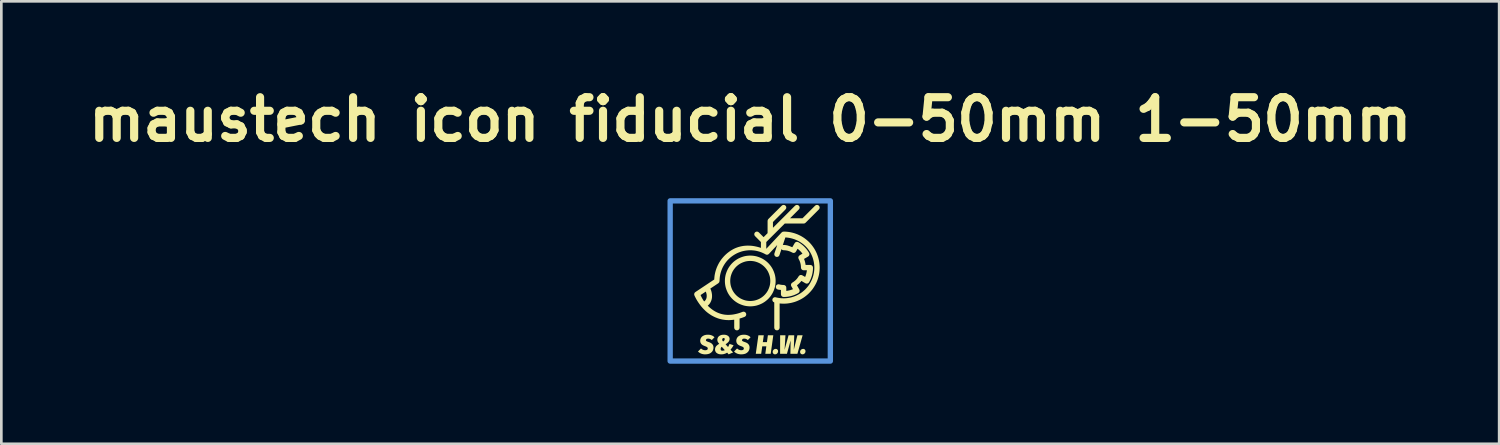
<source format=kicad_pcb>
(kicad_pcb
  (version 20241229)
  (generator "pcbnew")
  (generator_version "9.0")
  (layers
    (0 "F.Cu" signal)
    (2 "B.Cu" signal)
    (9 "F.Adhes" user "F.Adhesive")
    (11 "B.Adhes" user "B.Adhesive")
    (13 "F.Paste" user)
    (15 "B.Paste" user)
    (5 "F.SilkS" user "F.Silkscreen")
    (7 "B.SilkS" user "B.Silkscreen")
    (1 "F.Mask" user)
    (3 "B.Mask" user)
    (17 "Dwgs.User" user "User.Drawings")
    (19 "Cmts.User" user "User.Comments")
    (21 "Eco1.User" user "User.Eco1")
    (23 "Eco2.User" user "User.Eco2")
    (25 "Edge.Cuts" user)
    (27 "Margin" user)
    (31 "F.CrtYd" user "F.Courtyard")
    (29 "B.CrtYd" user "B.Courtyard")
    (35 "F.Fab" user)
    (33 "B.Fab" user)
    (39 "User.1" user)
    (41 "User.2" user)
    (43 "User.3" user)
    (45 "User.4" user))
  (footprint "maustech icon fiducial 0-50mm 1-50mm"
    (layer "F.Cu")
    (at 25.052 7.474)
    (property "Reference" "maustech icon fiducial 0-50mm 1-50mm" (at 0 -6.048 0) (layer "F.SilkS") (effects (font (size 1.524 1.524) (thickness 0.305))))
    (attr exclude_from_pos_files exclude_from_bom)
    (fp_poly (pts (xy 0.409 2.729) (xy 0.207 2.729) (xy 0.305 2.033) (xy 0.507 2.033) (xy 0.471 2.29) (xy 0.625 2.29) (xy 0.661 2.033) (xy 0.863 2.033) (xy 0.766 2.729) (xy 0.564 2.729) (xy 0.602 2.448) (xy 0.449 2.448) (xy 0.409 2.729)) (stroke (width 0) (type solid)) (fill yes) (layer "F.SilkS"))
    (fp_poly (pts (xy 1.962 2.033) (xy 1.766 2.729) (xy 1.503 2.729) (xy 1.512 2.229) (xy 1.374 2.729) (xy 1.118 2.729) (xy 1.119 2.033) (xy 1.319 2.033) (xy 1.286 2.58) (xy 1.435 2.033) (xy 1.647 2.033) (xy 1.631 2.58) (xy 1.766 2.033) (xy 1.962 2.033)) (stroke (width 0) (type solid)) (fill yes) (layer "F.SilkS"))
    (fp_poly (pts (xy 0.929 2.749) (xy 0.893 2.742) (xy 0.864 2.723) (xy 0.845 2.693) (xy 0.839 2.656) (xy 0.847 2.613) (xy 0.872 2.577) (xy 0.91 2.551) (xy 0.954 2.543) (xy 0.99 2.549) (xy 1.018 2.569) (xy 1.037 2.597) (xy 1.043 2.634) (xy 1.035 2.677) (xy 1.01 2.715) (xy 0.973 2.74) (xy 0.929 2.749)) (stroke (width 0) (type solid)) (fill yes) (layer "F.SilkS"))
    (fp_poly (pts (xy 1.956 2.749) (xy 1.92 2.742) (xy 1.891 2.723) (xy 1.872 2.693) (xy 1.866 2.656) (xy 1.874 2.613) (xy 1.899 2.577) (xy 1.937 2.551) (xy 1.981 2.543) (xy 2.017 2.549) (xy 2.045 2.569) (xy 2.064 2.597) (xy 2.07 2.634) (xy 2.062 2.677) (xy 2.037 2.715) (xy 2 2.74) (xy 1.956 2.749)) (stroke (width 0) (type solid)) (fill yes) (layer "F.SilkS"))
    (fp_poly (pts (xy -1.587 2.013) (xy -1.537 2.015) (xy -1.491 2.023) (xy -1.448 2.037) (xy -1.408 2.055) (xy -1.372 2.079) (xy -1.339 2.109) (xy -1.441 2.214) (xy -1.472 2.19) (xy -1.506 2.172) (xy -1.541 2.162) (xy -1.579 2.159) (xy -1.614 2.163) (xy -1.641 2.175) (xy -1.662 2.215) (xy -1.653 2.243) (xy -1.621 2.264) (xy -1.592 2.275) (xy -1.553 2.289) (xy -1.511 2.305) (xy -1.474 2.324) (xy -1.444 2.345) (xy -1.42 2.369) (xy -1.396 2.404) (xy -1.382 2.444) (xy -1.377 2.491) (xy -1.38 2.534) (xy -1.391 2.576) (xy -1.408 2.616) (xy -1.433 2.652) (xy -1.467 2.684) (xy -1.509 2.712) (xy -1.546 2.728) (xy -1.589 2.739) (xy -1.636 2.746) (xy -1.689 2.749) (xy -1.732 2.747) (xy -1.772 2.741) (xy -1.81 2.732) (xy -1.845 2.72) (xy -1.887 2.698) (xy -1.925 2.672) (xy -1.958 2.643) (xy -1.845 2.528) (xy -1.81 2.557) (xy -1.771 2.578) (xy -1.729 2.591) (xy -1.684 2.595) (xy -1.644 2.59) (xy -1.615 2.578) (xy -1.597 2.557) (xy -1.591 2.529) (xy -1.596 2.503) (xy -1.613 2.482) (xy -1.642 2.463) (xy -1.689 2.444) (xy -1.735 2.426) (xy -1.775 2.407) (xy -1.807 2.385) (xy -1.832 2.362) (xy -1.856 2.326) (xy -1.87 2.287) (xy -1.875 2.243) (xy -1.872 2.203) (xy -1.861 2.165) (xy -1.844 2.13) (xy -1.82 2.097) (xy -1.788 2.069) (xy -1.748 2.046) (xy -1.714 2.031) (xy -1.675 2.021) (xy -1.633 2.015) (xy -1.587 2.013)) (stroke (width 0) (type solid)) (fill yes) (layer "F.SilkS"))
    (fp_poly (pts (xy -0.236 2.013) (xy -0.186 2.015) (xy -0.14 2.023) (xy -0.097 2.037) (xy -0.057 2.055) (xy -0.021 2.079) (xy 0.012 2.109) (xy -0.09 2.214) (xy -0.121 2.19) (xy -0.155 2.172) (xy -0.19 2.162) (xy -0.228 2.159) (xy -0.263 2.163) (xy -0.29 2.175) (xy -0.311 2.215) (xy -0.302 2.243) (xy -0.27 2.264) (xy -0.241 2.275) (xy -0.202 2.289) (xy -0.16 2.305) (xy -0.123 2.324) (xy -0.093 2.345) (xy -0.069 2.369) (xy -0.045 2.404) (xy -0.031 2.444) (xy -0.026 2.491) (xy -0.029 2.534) (xy -0.04 2.576) (xy -0.057 2.616) (xy -0.082 2.652) (xy -0.116 2.684) (xy -0.158 2.712) (xy -0.195 2.728) (xy -0.238 2.739) (xy -0.285 2.746) (xy -0.338 2.749) (xy -0.381 2.747) (xy -0.421 2.741) (xy -0.459 2.732) (xy -0.494 2.72) (xy -0.536 2.698) (xy -0.574 2.672) (xy -0.607 2.643) (xy -0.494 2.528) (xy -0.459 2.557) (xy -0.42 2.578) (xy -0.378 2.591) (xy -0.333 2.595) (xy -0.293 2.59) (xy -0.264 2.578) (xy -0.246 2.557) (xy -0.24 2.529) (xy -0.245 2.503) (xy -0.262 2.482) (xy -0.291 2.463) (xy -0.338 2.444) (xy -0.384 2.426) (xy -0.424 2.407) (xy -0.456 2.385) (xy -0.481 2.362) (xy -0.505 2.326) (xy -0.519 2.287) (xy -0.524 2.243) (xy -0.521 2.203) (xy -0.51 2.165) (xy -0.493 2.13) (xy -0.469 2.097) (xy -0.437 2.069) (xy -0.397 2.046) (xy -0.363 2.031) (xy -0.324 2.021) (xy -0.282 2.015) (xy -0.236 2.013)) (stroke (width 0) (type solid)) (fill yes) (layer "F.SilkS"))
    (fp_poly (pts (xy -0.991 2.013) (xy -0.947 2.015) (xy -0.908 2.022) (xy -0.873 2.034) (xy -0.83 2.058) (xy -0.799 2.09) (xy -0.779 2.128) (xy -0.773 2.171) (xy -0.777 2.205) (xy -0.788 2.238) (xy -0.806 2.27) (xy -0.834 2.301) (xy -0.873 2.336) (xy -0.924 2.372) (xy -0.832 2.474) (xy -0.812 2.439) (xy -0.794 2.4) (xy -0.776 2.358) (xy -0.625 2.407) (xy -0.649 2.449) (xy -0.676 2.492) (xy -0.707 2.533) (xy -0.74 2.575) (xy -0.642 2.677) (xy -0.809 2.749) (xy -0.866 2.685) (xy -0.901 2.705) (xy -0.936 2.721) (xy -0.972 2.733) (xy -1.008 2.742) (xy -1.043 2.746) (xy -1.043 2.613) (xy -0.999 2.608) (xy -0.952 2.593) (xy -1.018 2.519) (xy -1.018 2.268) (xy -0.987 2.243) (xy -0.968 2.221) (xy -0.954 2.175) (xy -0.966 2.146) (xy -0.996 2.135) (xy -1.037 2.151) (xy -1.052 2.195) (xy -1.045 2.229) (xy -1.018 2.268) (xy -1.018 2.519) (xy -1.067 2.464) (xy -1.087 2.484) (xy -1.101 2.506) (xy -1.112 2.554) (xy -1.095 2.598) (xy -1.073 2.609) (xy -1.043 2.613) (xy -1.043 2.746) (xy -1.047 2.747) (xy -1.087 2.749) (xy -1.132 2.746) (xy -1.173 2.739) (xy -1.21 2.726) (xy -1.243 2.708) (xy -1.27 2.688) (xy -1.292 2.663) (xy -1.313 2.619) (xy -1.32 2.57) (xy -1.316 2.525) (xy -1.304 2.486) (xy -1.284 2.451) (xy -1.254 2.418) (xy -1.214 2.386) (xy -1.163 2.354) (xy -1.197 2.311) (xy -1.219 2.275) (xy -1.23 2.239) (xy -1.234 2.2) (xy -1.228 2.157) (xy -1.211 2.115) (xy -1.192 2.088) (xy -1.166 2.064) (xy -1.133 2.043) (xy -1.093 2.026) (xy -1.045 2.016) (xy -0.991 2.013)) (stroke (width 0) (type solid)) (fill yes) (layer "F.SilkS"))
    (fp_poly (pts (xy 0.85 0) (xy 0.849 0.042) (xy 0.846 0.083) (xy 0.841 0.125) (xy 0.834 0.166) (xy 0.825 0.207) (xy 0.813 0.247) (xy 0.8 0.286) (xy 0.785 0.325) (xy 0.768 0.363) (xy 0.75 0.401) (xy 0.729 0.437) (xy 0.707 0.472) (xy 0.683 0.506) (xy 0.657 0.539) (xy 0.63 0.571) (xy 0.601 0.601) (xy 0.571 0.63) (xy 0.539 0.657) (xy 0.506 0.683) (xy 0.472 0.707) (xy 0.437 0.729) (xy 0.401 0.75) (xy 0.363 0.768) (xy 0.325 0.785) (xy 0.286 0.8) (xy 0.247 0.813) (xy 0.207 0.825) (xy 0.166 0.834) (xy 0.125 0.841) (xy 0.083 0.846) (xy 0.042 0.849) (xy 0 0.85) (xy -0.042 0.849) (xy -0.083 0.846) (xy -0.125 0.841) (xy -0.166 0.834) (xy -0.207 0.825) (xy -0.247 0.813) (xy -0.286 0.8) (xy -0.325 0.785) (xy -0.363 0.768) (xy -0.401 0.75) (xy -0.437 0.729) (xy -0.472 0.707) (xy -0.506 0.683) (xy -0.539 0.657) (xy -0.571 0.63) (xy -0.601 0.601) (xy -0.63 0.571) (xy -0.657 0.539) (xy -0.683 0.506) (xy -0.707 0.472) (xy -0.729 0.437) (xy -0.75 0.401) (xy -0.768 0.363) (xy -0.785 0.325) (xy -0.8 0.286) (xy -0.813 0.247) (xy -0.825 0.207) (xy -0.834 0.166) (xy -0.841 0.125) (xy -0.846 0.083) (xy -0.849 0.042) (xy -0.85 0) (xy -0.849 -0.042) (xy -0.846 -0.083) (xy -0.841 -0.125) (xy -0.834 -0.166) (xy -0.825 -0.207) (xy -0.813 -0.247) (xy -0.8 -0.286) (xy -0.785 -0.325) (xy -0.768 -0.363) (xy -0.75 -0.401) (xy -0.729 -0.437) (xy -0.707 -0.472) (xy -0.683 -0.506) (xy -0.657 -0.539) (xy -0.63 -0.571) (xy -0.601 -0.601) (xy -0.571 -0.63) (xy -0.539 -0.657) (xy -0.506 -0.683) (xy -0.472 -0.707) (xy -0.437 -0.729) (xy -0.401 -0.75) (xy -0.363 -0.768) (xy -0.325 -0.785) (xy -0.286 -0.8) (xy -0.247 -0.813) (xy -0.207 -0.825) (xy -0.166 -0.834) (xy -0.125 -0.841) (xy -0.083 -0.846) (xy -0.042 -0.849) (xy 0 -0.85) (xy 0.042 -0.849) (xy 0.083 -0.846) (xy 0.125 -0.841) (xy 0.166 -0.834) (xy 0.207 -0.825) (xy 0.247 -0.813) (xy 0.286 -0.8) (xy 0.325 -0.785) (xy 0.363 -0.768) (xy 0.401 -0.75) (xy 0.437 -0.729) (xy 0.472 -0.707) (xy 0.506 -0.683) (xy 0.539 -0.657) (xy 0.571 -0.63) (xy 0.601 -0.601) (xy 0.63 -0.571) (xy 0.657 -0.539) (xy 0.683 -0.506) (xy 0.707 -0.472) (xy 0.729 -0.437) (xy 0.75 -0.401) (xy 0.768 -0.363) (xy 0.785 -0.325) (xy 0.8 -0.286) (xy 0.813 -0.247) (xy 0.825 -0.207) (xy 0.834 -0.166) (xy 0.841 -0.125) (xy 0.846 -0.083) (xy 0.849 -0.042) (xy 0.85 0)) (stroke (width 0.2) (type solid)) (fill no) (layer "F.SilkS"))
    (fp_poly (pts (xy 1.25 -2.85) (xy 1.211 -2.842) (xy 1.179 -2.82) (xy 0.678 -2.32) (xy 0.657 -2.288) (xy 0.649 -2.25) (xy 0.649 -2.25) (xy 0.649 -1.791) (xy 0.5 -1.641) (xy 0.321 -1.82) (xy 0.288 -1.842) (xy 0.25 -1.85) (xy 0.211 -1.842) (xy 0.179 -1.82) (xy 0.157 -1.788) (xy 0.15 -1.75) (xy 0.157 -1.712) (xy 0.179 -1.68) (xy 0.399 -1.458) (xy 0.399 -1.239) (xy 0.351 -1.255) (xy 0.302 -1.269) (xy 0.252 -1.282) (xy 0.203 -1.293) (xy 0.153 -1.303) (xy 0.103 -1.311) (xy 0.053 -1.317) (xy 0.003 -1.321) (xy -0.047 -1.323) (xy -0.097 -1.324) (xy -0.147 -1.322) (xy -0.197 -1.319) (xy -0.246 -1.314) (xy -0.296 -1.306) (xy -0.345 -1.297) (xy -0.393 -1.285) (xy -0.442 -1.272) (xy -0.489 -1.256) (xy -0.537 -1.238) (xy -0.583 -1.218) (xy -0.63 -1.195) (xy -0.675 -1.17) (xy -0.719 -1.144) (xy -0.762 -1.116) (xy -0.803 -1.086) (xy -0.844 -1.055) (xy -0.882 -1.023) (xy -0.92 -0.989) (xy -0.956 -0.954) (xy -0.991 -0.918) (xy -1.024 -0.88) (xy -1.056 -0.842) (xy -1.087 -0.802) (xy -1.115 -0.761) (xy -1.143 -0.72) (xy -1.169 -0.677) (xy -1.193 -0.633) (xy -1.215 -0.589) (xy -1.236 -0.544) (xy -1.256 -0.497) (xy -1.273 -0.451) (xy -1.289 -0.403) (xy -1.303 -0.355) (xy -1.315 -0.306) (xy -1.326 -0.257) (xy -1.335 -0.207) (xy -1.341 -0.157) (xy -1.346 -0.106) (xy -1.349 -0.055) (xy -2.056 0.416) (xy -2.081 0.439) (xy -2.096 0.47) (xy -2.101 0.504) (xy -2.093 0.537) (xy -2.093 0.537) (xy -2.09 0.544) (xy -2.082 0.564) (xy -2.067 0.594) (xy -2.046 0.635) (xy -2.02 0.684) (xy -1.987 0.74) (xy -1.947 0.802) (xy -1.901 0.868) (xy -1.849 0.937) (xy -1.84 0.949) (xy -1.83 0.96) (xy -1.799 0.996) (xy -1.767 1.031) (xy -1.733 1.067) (xy -1.727 1.072) (xy -1.727 0.767) (xy -1.764 0.713) (xy -1.794 0.663) (xy -1.818 0.619) (xy -1.837 0.581) (xy -1.851 0.55) (xy -1.861 0.527) (xy -1.665 0.397) (xy -1.646 0.455) (xy -1.634 0.509) (xy -1.631 0.557) (xy -1.633 0.6) (xy -1.64 0.639) (xy -1.652 0.674) (xy -1.674 0.715) (xy -1.701 0.746) (xy -1.727 0.767) (xy -1.727 1.072) (xy -1.697 1.102) (xy -1.66 1.137) (xy -1.628 1.164) (xy -1.595 1.191) (xy -1.56 1.217) (xy -1.524 1.242) (xy -1.487 1.267) (xy -1.449 1.291) (xy -1.409 1.313) (xy -1.368 1.334) (xy -1.326 1.355) (xy -1.282 1.373) (xy -1.237 1.391) (xy -1.191 1.407) (xy -1.144 1.421) (xy -1.095 1.433) (xy -1.045 1.444) (xy -0.994 1.452) (xy -0.941 1.459) (xy -0.888 1.464) (xy -0.833 1.466) (xy -0.777 1.466) (xy -0.719 1.463) (xy -0.661 1.458) (xy -0.601 1.451) (xy -0.601 1.75) (xy -0.593 1.789) (xy -0.571 1.821) (xy -0.538 1.843) (xy -0.499 1.85) (xy -0.461 1.842) (xy -0.429 1.821) (xy -0.407 1.788) (xy -0.4 1.75) (xy -0.4 1.407) (xy -0.354 1.394) (xy -0.307 1.379) (xy -0.26 1.362) (xy -0.212 1.344) (xy -0.179 1.322) (xy -0.158 1.29) (xy -0.15 1.251) (xy -0.158 1.213) (xy -0.179 1.18) (xy -0.211 1.158) (xy -0.248 1.15) (xy -0.286 1.156) (xy -0.352 1.181) (xy -0.415 1.203) (xy -0.477 1.221) (xy -0.537 1.236) (xy -0.596 1.248) (xy -0.652 1.258) (xy -0.708 1.264) (xy -0.762 1.268) (xy -0.814 1.27) (xy -0.865 1.269) (xy -0.914 1.266) (xy -0.962 1.261) (xy -1.009 1.253) (xy -1.054 1.244) (xy -1.098 1.232) (xy -1.14 1.219) (xy -1.181 1.204) (xy -1.221 1.188) (xy -1.26 1.17) (xy -1.297 1.151) (xy -1.333 1.131) (xy -1.368 1.109) (xy -1.402 1.087) (xy -1.435 1.063) (xy -1.467 1.039) (xy -1.497 1.014) (xy -1.527 0.988) (xy -1.561 0.957) (xy -1.593 0.925) (xy -1.562 0.898) (xy -1.534 0.867) (xy -1.508 0.832) (xy -1.486 0.793) (xy -1.466 0.75) (xy -1.453 0.712) (xy -1.442 0.672) (xy -1.435 0.629) (xy -1.432 0.585) (xy -1.432 0.538) (xy -1.436 0.49) (xy -1.444 0.441) (xy -1.456 0.39) (xy -1.473 0.337) (xy -1.495 0.284) (xy -1.194 0.084) (xy -1.162 0.048) (xy -1.15 -0.000183) (xy -1.15 -0.000183) (xy -1.149 -0.051) (xy -1.145 -0.102) (xy -1.14 -0.153) (xy -1.132 -0.202) (xy -1.122 -0.252) (xy -1.11 -0.3) (xy -1.096 -0.348) (xy -1.08 -0.395) (xy -1.062 -0.442) (xy -1.042 -0.487) (xy -1.02 -0.532) (xy -0.996 -0.575) (xy -0.97 -0.618) (xy -0.943 -0.659) (xy -0.914 -0.699) (xy -0.883 -0.738) (xy -0.85 -0.775) (xy -0.815 -0.811) (xy -0.779 -0.846) (xy -0.742 -0.879) (xy -0.702 -0.911) (xy -0.661 -0.941) (xy -0.619 -0.969) (xy -0.575 -0.996) (xy -0.53 -1.021) (xy -0.484 -1.044) (xy -0.437 -1.064) (xy -0.389 -1.082) (xy -0.341 -1.099) (xy -0.292 -1.113) (xy -0.243 -1.124) (xy -0.193 -1.134) (xy -0.144 -1.141) (xy -0.094 -1.146) (xy -0.043 -1.15) (xy 0.007 -1.15) (xy 0.057 -1.149) (xy 0.107 -1.145) (xy 0.157 -1.14) (xy 0.207 -1.132) (xy 0.256 -1.122) (xy 0.305 -1.109) (xy 0.354 -1.095) (xy 0.402 -1.078) (xy 0.449 -1.059) (xy 0.46 -1.053) (xy 0.471 -1.049) (xy 0.506 -1.033) (xy 0.541 -1.015) (xy 0.575 -0.996) (xy 0.606 -0.984) (xy 0.64 -0.983) (xy 0.671 -0.994) (xy 0.698 -1.014) (xy 1.01 -1.347) (xy 0.905 -1.031) (xy 0.9 -0.993) (xy 0.91 -0.955) (xy 0.934 -0.924) (xy 0.967 -0.905) (xy 1.006 -0.9) (xy 1.044 -0.91) (xy 1.075 -0.934) (xy 1.094 -0.969) (xy 1.169 -1.191) (xy 1.205 -1.161) (xy 1.251 -1.151) (xy 1.3 -1.149) (xy 1.348 -1.143) (xy 1.395 -1.134) (xy 1.442 -1.121) (xy 1.487 -1.105) (xy 1.532 -1.085) (xy 1.575 -1.063) (xy 1.612 -1.05) (xy 1.651 -1.053) (xy 1.686 -1.07) (xy 1.711 -1.1) (xy 1.711 -1.1) (xy 1.772 -1.207) (xy 1.813 -1.174) (xy 1.852 -1.14) (xy 1.889 -1.103) (xy 1.923 -1.064) (xy 1.956 -1.023) (xy 1.85 -0.961) (xy 1.821 -0.935) (xy 1.803 -0.9) (xy 1.801 -0.861) (xy 1.813 -0.824) (xy 1.813 -0.824) (xy 1.836 -0.781) (xy 1.855 -0.737) (xy 1.871 -0.691) (xy 1.883 -0.644) (xy 1.892 -0.597) (xy 1.897 -0.549) (xy 1.899 -0.5) (xy 1.907 -0.461) (xy 1.929 -0.429) (xy 1.962 -0.407) (xy 2.001 -0.4) (xy 2.001 -0.4) (xy 2.122 -0.4) (xy 2.114 -0.349) (xy 2.104 -0.298) (xy 2.091 -0.248) (xy 2.075 -0.199) (xy 2.056 -0.151) (xy 1.95 -0.211) (xy 1.913 -0.224) (xy 1.874 -0.222) (xy 1.839 -0.205) (xy 1.813 -0.176) (xy 1.813 -0.176) (xy 1.787 -0.135) (xy 1.758 -0.095) (xy 1.727 -0.059) (xy 1.692 -0.024) (xy 1.655 0.007) (xy 1.616 0.036) (xy 1.575 0.062) (xy 1.545 0.088) (xy 1.528 0.123) (xy 1.525 0.162) (xy 1.538 0.199) (xy 1.6 0.307) (xy 1.552 0.326) (xy 1.503 0.342) (xy 1.453 0.355) (xy 1.402 0.365) (xy 1.35 0.373) (xy 1.35 0.25) (xy 1.343 0.212) (xy 1.321 0.18) (xy 1.289 0.158) (xy 1.251 0.15) (xy 1.251 0.15) (xy 1.208 0.149) (xy 1.166 0.144) (xy 1.124 0.137) (xy 1.082 0.127) (xy 1.043 0.124) (xy 1.006 0.137) (xy 0.976 0.164) (xy 0.959 0.199) (xy 0.957 0.238) (xy 0.97 0.274) (xy 0.995 0.303) (xy 1.03 0.32) (xy 1.069 0.328) (xy 1.109 0.332) (xy 1.149 0.336) (xy 1.149 0.5) (xy 1.157 0.539) (xy 1.179 0.571) (xy 1.212 0.593) (xy 1.251 0.6) (xy 1.251 0.6) (xy 1.303 0.599) (xy 1.356 0.595) (xy 1.408 0.589) (xy 1.459 0.58) (xy 1.51 0.569) (xy 1.56 0.556) (xy 1.61 0.54) (xy 1.658 0.522) (xy 1.706 0.501) (xy 1.754 0.478) (xy 1.8 0.453) (xy 1.829 0.427) (xy 1.846 0.392) (xy 1.849 0.354) (xy 1.836 0.317) (xy 1.836 0.317) (xy 1.749 0.162) (xy 1.785 0.133) (xy 1.821 0.102) (xy 1.854 0.069) (xy 1.886 0.035) (xy 1.915 -0.002) (xy 2.065 0.086) (xy 2.102 0.099) (xy 2.141 0.097) (xy 2.176 0.08) (xy 2.202 0.051) (xy 2.202 0.051) (xy 2.225 0.009) (xy 2.246 -0.034) (xy 2.266 -0.078) (xy 2.283 -0.123) (xy 2.299 -0.169) (xy 2.312 -0.215) (xy 2.324 -0.261) (xy 2.333 -0.308) (xy 2.34 -0.356) (xy 2.346 -0.404) (xy 2.349 -0.452) (xy 2.35 -0.5) (xy 2.342 -0.538) (xy 2.321 -0.57) (xy 2.289 -0.592) (xy 2.251 -0.6) (xy 2.251 -0.6) (xy 2.073 -0.6) (xy 2.066 -0.646) (xy 2.057 -0.692) (xy 2.045 -0.737) (xy 2.031 -0.782) (xy 2.014 -0.826) (xy 2.167 -0.914) (xy 2.196 -0.94) (xy 2.213 -0.975) (xy 2.215 -1.014) (xy 2.202 -1.051) (xy 2.177 -1.092) (xy 2.15 -1.132) (xy 2.122 -1.171) (xy 2.092 -1.208) (xy 2.06 -1.244) (xy 2.027 -1.279) (xy 1.993 -1.312) (xy 1.957 -1.343) (xy 1.919 -1.373) (xy 1.881 -1.402) (xy 1.841 -1.428) (xy 1.8 -1.453) (xy 1.763 -1.466) (xy 1.723 -1.463) (xy 1.688 -1.446) (xy 1.663 -1.416) (xy 1.663 -1.416) (xy 1.575 -1.264) (xy 1.53 -1.282) (xy 1.485 -1.3) (xy 1.439 -1.316) (xy 1.393 -1.33) (xy 1.347 -1.34) (xy 1.299 -1.347) (xy 1.251 -1.349) (xy 1.235 -1.348) (xy 1.219 -1.344) (xy 1.315 -1.631) (xy 1.365 -1.627) (xy 1.415 -1.621) (xy 1.464 -1.613) (xy 1.512 -1.603) (xy 1.56 -1.591) (xy 1.607 -1.577) (xy 1.654 -1.562) (xy 1.7 -1.544) (xy 1.744 -1.525) (xy 1.788 -1.504) (xy 1.831 -1.481) (xy 1.873 -1.456) (xy 1.913 -1.429) (xy 1.953 -1.401) (xy 1.991 -1.372) (xy 2.028 -1.34) (xy 2.064 -1.307) (xy 2.098 -1.272) (xy 2.131 -1.236) (xy 2.162 -1.198) (xy 2.191 -1.159) (xy 2.219 -1.118) (xy 2.245 -1.075) (xy 2.269 -1.031) (xy 2.292 -0.986) (xy 2.312 -0.939) (xy 2.331 -0.891) (xy 2.347 -0.843) (xy 2.361 -0.795) (xy 2.373 -0.746) (xy 2.383 -0.697) (xy 2.39 -0.647) (xy 2.396 -0.598) (xy 2.399 -0.548) (xy 2.4 -0.499) (xy 2.399 -0.449) (xy 2.396 -0.4) (xy 2.39 -0.351) (xy 2.383 -0.302) (xy 2.373 -0.253) (xy 2.362 -0.205) (xy 2.348 -0.157) (xy 2.332 -0.11) (xy 2.314 -0.064) (xy 2.294 -0.018) (xy 2.272 0.027) (xy 2.248 0.071) (xy 2.222 0.114) (xy 2.194 0.157) (xy 2.164 0.198) (xy 2.131 0.238) (xy 2.098 0.276) (xy 2.063 0.313) (xy 2.027 0.347) (xy 1.989 0.38) (xy 1.95 0.412) (xy 1.91 0.441) (xy 1.869 0.469) (xy 1.827 0.494) (xy 1.784 0.518) (xy 1.74 0.54) (xy 1.695 0.56) (xy 1.649 0.578) (xy 1.603 0.594) (xy 1.556 0.608) (xy 1.508 0.62) (xy 1.46 0.63) (xy 1.412 0.638) (xy 1.363 0.644) (xy 1.314 0.648) (xy 1.265 0.65) (xy 1.215 0.649) (xy 1.165 0.647) (xy 1.116 0.642) (xy 1.066 0.635) (xy 1.016 0.626) (xy 1.016 0.626) (xy 1.015 0.626) (xy 0.983 0.619) (xy 0.952 0.611) (xy 0.913 0.609) (xy 0.877 0.622) (xy 0.848 0.647) (xy 0.831 0.681) (xy 0.828 0.72) (xy 0.84 0.757) (xy 0.865 0.786) (xy 0.899 0.804) (xy 0.899 1.75) (xy 0.907 1.789) (xy 0.929 1.821) (xy 0.962 1.843) (xy 1.001 1.85) (xy 1.039 1.842) (xy 1.071 1.82) (xy 1.092 1.788) (xy 1.1 1.75) (xy 1.1 0.842) (xy 1.149 0.847) (xy 1.199 0.849) (xy 1.248 0.85) (xy 1.297 0.85) (xy 1.346 0.847) (xy 1.395 0.843) (xy 1.443 0.836) (xy 1.492 0.828) (xy 1.539 0.819) (xy 1.587 0.807) (xy 1.634 0.794) (xy 1.68 0.78) (xy 1.726 0.763) (xy 1.771 0.745) (xy 1.816 0.725) (xy 1.86 0.704) (xy 1.903 0.681) (xy 1.945 0.657) (xy 1.987 0.631) (xy 2.028 0.603) (xy 2.067 0.574) (xy 2.106 0.543) (xy 2.144 0.511) (xy 2.181 0.477) (xy 2.216 0.442) (xy 2.251 0.405) (xy 2.284 0.367) (xy 2.316 0.328) (xy 2.346 0.288) (xy 2.374 0.246) (xy 2.401 0.204) (xy 2.426 0.161) (xy 2.45 0.118) (xy 2.472 0.074) (xy 2.492 0.029) (xy 2.51 -0.017) (xy 2.527 -0.063) (xy 2.542 -0.11) (xy 2.555 -0.157) (xy 2.567 -0.204) (xy 2.577 -0.252) (xy 2.585 -0.3) (xy 2.591 -0.348) (xy 2.596 -0.397) (xy 2.598 -0.445) (xy 2.6 -0.494) (xy 2.599 -0.543) (xy 2.596 -0.592) (xy 2.592 -0.641) (xy 2.586 -0.69) (xy 2.578 -0.738) (xy 2.569 -0.787) (xy 2.557 -0.835) (xy 2.544 -0.883) (xy 2.529 -0.93) (xy 2.512 -0.977) (xy 2.494 -1.024) (xy 2.473 -1.07) (xy 2.451 -1.115) (xy 2.428 -1.159) (xy 2.403 -1.202) (xy 2.376 -1.244) (xy 2.348 -1.284) (xy 2.319 -1.324) (xy 2.289 -1.362) (xy 2.257 -1.399) (xy 2.224 -1.435) (xy 2.19 -1.469) (xy 2.154 -1.502) (xy 2.118 -1.534) (xy 2.08 -1.564) (xy 2.042 -1.593) (xy 2.002 -1.621) (xy 1.961 -1.647) (xy 1.92 -1.672) (xy 1.878 -1.695) (xy 1.834 -1.716) (xy 1.791 -1.737) (xy 1.746 -1.755) (xy 1.7 -1.772) (xy 1.654 -1.788) (xy 1.608 -1.801) (xy 1.56 -1.813) (xy 1.512 -1.824) (xy 1.464 -1.832) (xy 1.415 -1.839) (xy 1.366 -1.844) (xy 1.316 -1.848) (xy 1.266 -1.849) (xy 1.218 -1.845) (xy 1.176 -1.818) (xy 0.6 -1.204) (xy 0.6 -1.459) (xy 1.292 -2.15) (xy 2.001 -2.15) (xy 2.039 -2.158) (xy 2.071 -2.18) (xy 2.071 -2.18) (xy 2.571 -2.68) (xy 2.592 -2.712) (xy 2.6 -2.75) (xy 2.592 -2.788) (xy 2.571 -2.82) (xy 2.538 -2.842) (xy 2.5 -2.85) (xy 2.461 -2.842) (xy 2.429 -2.82) (xy 1.958 -2.349) (xy 1.491 -2.349) (xy 1.821 -2.68) (xy 1.842 -2.712) (xy 1.85 -2.75) (xy 1.842 -2.788) (xy 1.821 -2.82) (xy 1.788 -2.842) (xy 1.75 -2.85) (xy 1.711 -2.842) (xy 1.678 -2.82) (xy 1.179 -2.32) (xy 0.85 -1.992) (xy 0.85 -2.209) (xy 1.321 -2.68) (xy 1.343 -2.712) (xy 1.35 -2.75) (xy 1.343 -2.788) (xy 1.321 -2.82) (xy 1.289 -2.842) (xy 1.25 -2.85)) (stroke (width 0) (type solid)) (fill yes) (layer "F.SilkS"))
    (fp_poly (pts (xy -3 -3) (xy -3 3) (xy 3 3) (xy 3 -3) (xy -3 -3)) (stroke (width 0.2) (type solid)) (fill no) (layer "Cmts.User")))
  (gr_rect
    (start -3 -3)
    (end 53.103 13.574)
    (stroke (width 0.1) (type default))
    (fill no)
    (layer "Edge.Cuts")))
</source>
